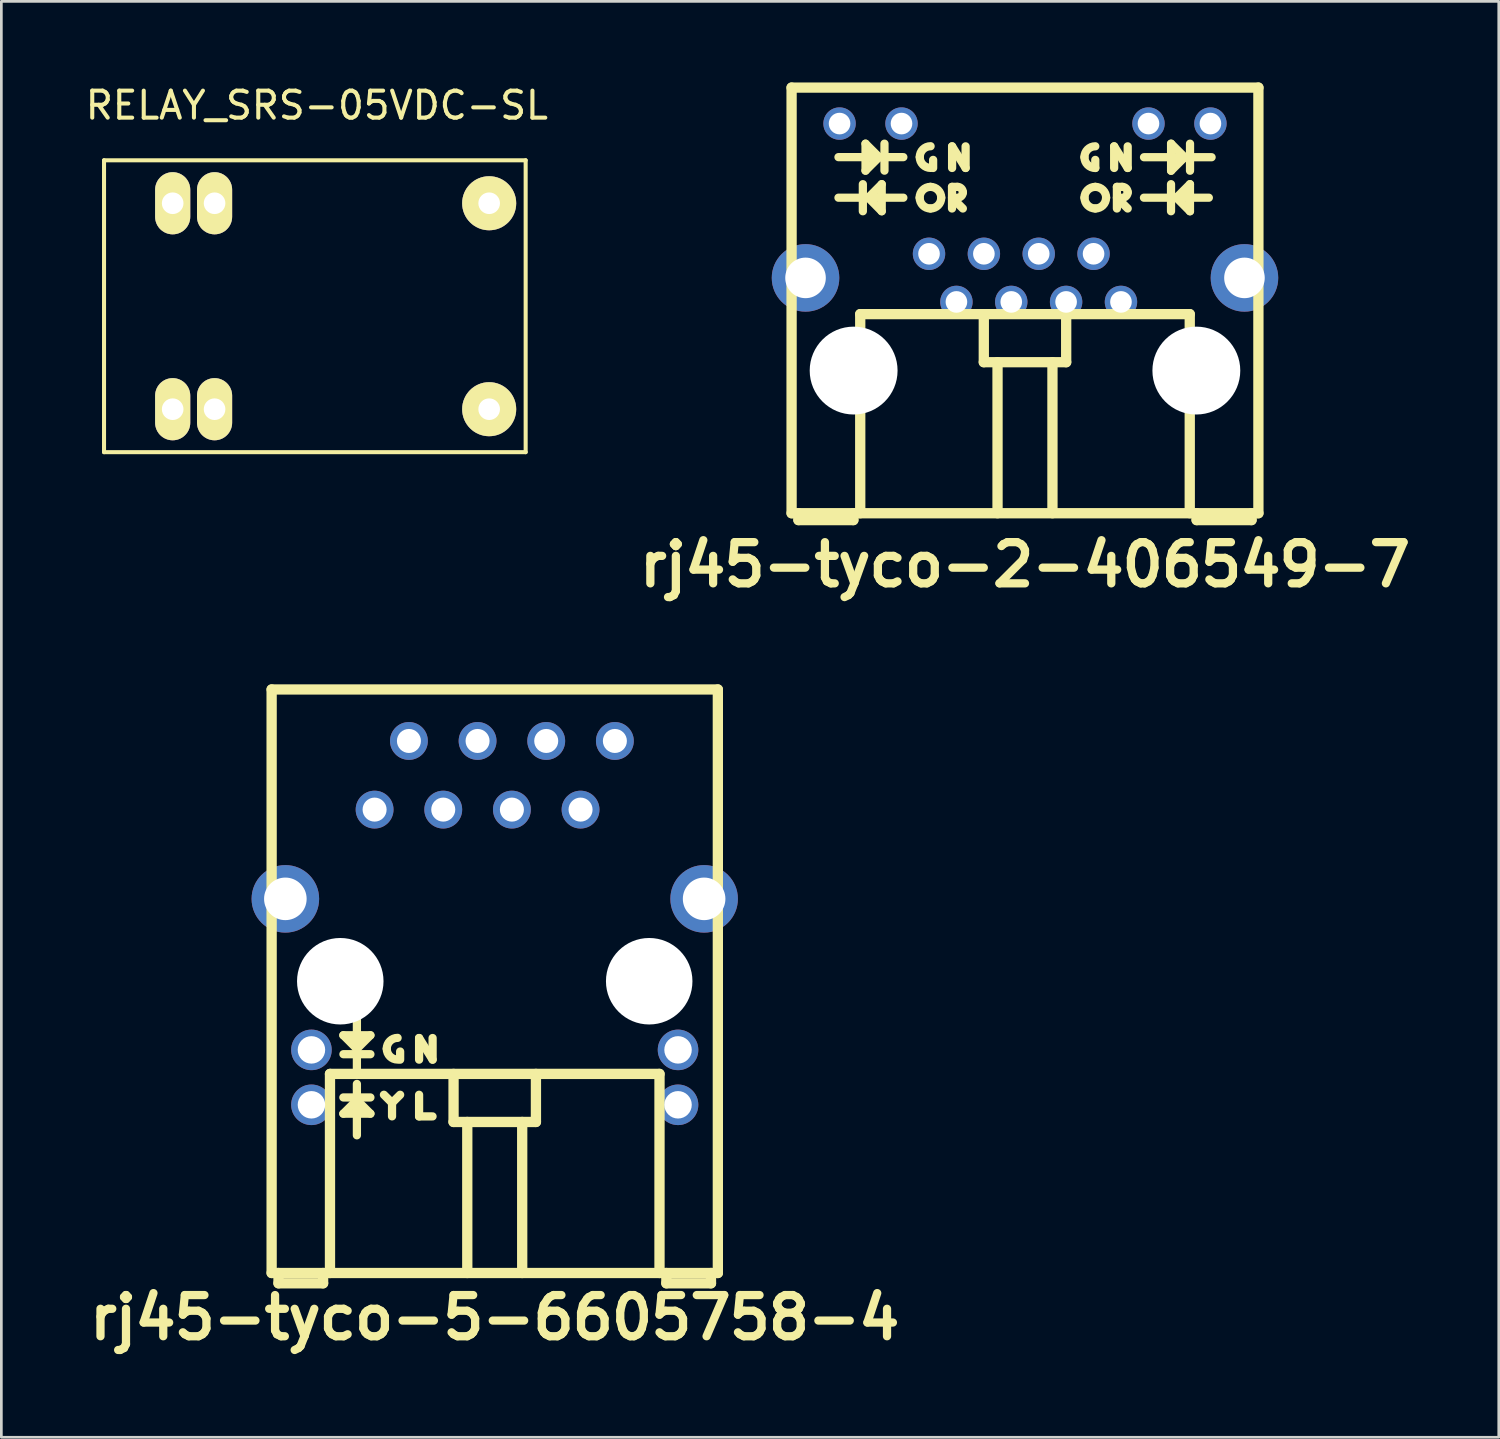
<source format=kicad_pcb>
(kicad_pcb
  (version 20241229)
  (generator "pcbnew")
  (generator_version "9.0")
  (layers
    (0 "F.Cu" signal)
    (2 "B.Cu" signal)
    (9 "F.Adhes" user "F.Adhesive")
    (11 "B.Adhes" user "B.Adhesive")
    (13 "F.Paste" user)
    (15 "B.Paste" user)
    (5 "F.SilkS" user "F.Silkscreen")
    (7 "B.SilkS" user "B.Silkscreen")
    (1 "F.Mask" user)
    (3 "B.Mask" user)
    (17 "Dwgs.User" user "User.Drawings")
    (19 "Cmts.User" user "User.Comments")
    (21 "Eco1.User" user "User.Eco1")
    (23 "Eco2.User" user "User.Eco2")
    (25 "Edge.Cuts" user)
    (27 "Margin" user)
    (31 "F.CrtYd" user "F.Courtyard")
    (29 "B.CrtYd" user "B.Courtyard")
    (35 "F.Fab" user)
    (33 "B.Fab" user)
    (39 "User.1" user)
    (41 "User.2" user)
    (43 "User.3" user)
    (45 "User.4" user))
  (footprint "RELAY_SRS-05VDC-SL"
    (layer "F.Cu")
    (at 8.673 8.468)
    (property "Reference" "RELAY_SRS-05VDC-SL" (at 0 -7.62 0) (layer "F.SilkS") (effects (font (size 1 1) (thickness 0.15))))
    (attr through_hole)
    (fp_line (start -7.874 -5.588) (end 7.726 -5.588) (stroke (width 0.15) (type solid)) (layer "F.SilkS"))
    (fp_line (start -7.874 5.212) (end -7.874 -5.588) (stroke (width 0.15) (type solid)) (layer "F.SilkS"))
    (fp_line (start 7.726 -5.588) (end 7.726 5.212) (stroke (width 0.15) (type solid)) (layer "F.SilkS"))
    (fp_line (start 7.726 5.212) (end -7.874 5.212) (stroke (width 0.15) (type solid)) (layer "F.SilkS"))
    (pad "1" thru_hole oval (at -3.784 -3.998) (size 1.3 2.3) (drill 0.8) (layers "*.Cu" "*.Mask" "F.SilkS"))
    (pad "2" thru_hole oval (at -3.784 3.622) (size 1.3 2.3) (drill 0.8) (layers "*.Cu" "*.Mask" "F.SilkS"))
    (pad "3" thru_hole circle (at 6.376 -3.998) (size 2 2) (drill 0.8) (layers "*.Cu" "*.Mask" "F.SilkS"))
    (pad "3" thru_hole circle (at 6.376 3.622) (size 2 2) (drill 0.8) (layers "*.Cu" "*.Mask" "F.SilkS"))
    (pad "4" thru_hole oval (at -5.334 3.622) (size 1.3 2.3) (drill 0.8) (layers "*.Cu" "*.Mask" "F.SilkS"))
    (pad "5" thru_hole oval (at -5.334 -3.998) (size 1.3 2.3) (drill 0.8) (layers "*.Cu" "*.Mask" "F.SilkS")))
  (footprint "rj45-tyco-5-6605758-4"
    (layer "F.Cu")
    (at 15.255 33.255)
    (property "Reference" "rj45-tyco-5-6605758-4" (at 0 12.446 0) (layer "F.SilkS") (effects (font (size 1.524 1.524) (thickness 0.305))))
    (attr through_hole)
    (fp_line (start -8.255 -10.795) (end 8.255 -10.795) (stroke (width 0.381) (type solid)) (layer "F.SilkS"))
    (fp_line (start -8.255 10.795) (end -8.255 -10.795) (stroke (width 0.381) (type solid)) (layer "F.SilkS"))
    (fp_line (start -8.255 10.795) (end 8.255 10.795) (stroke (width 0.381) (type solid)) (layer "F.SilkS"))
    (fp_line (start -8.001 11.176) (end -8.001 10.795) (stroke (width 0.381) (type solid)) (layer "F.SilkS"))
    (fp_line (start -8.001 11.176) (end -6.35 11.176) (stroke (width 0.381) (type solid)) (layer "F.SilkS"))
    (fp_line (start -6.35 11.176) (end -6.35 10.795) (stroke (width 0.381) (type solid)) (layer "F.SilkS"))
    (fp_line (start -6.096 3.429) (end -6.096 10.795) (stroke (width 0.381) (type solid)) (layer "F.SilkS"))
    (fp_line (start -6.096 3.429) (end 6.096 3.429) (stroke (width 0.381) (type solid)) (layer "F.SilkS"))
    (fp_line (start -5.601 1.999) (end -4.6 1.999) (stroke (width 0.305) (type solid)) (layer "F.SilkS"))
    (fp_line (start -5.601 4.3) (end -4.6 4.3) (stroke (width 0.305) (type solid)) (layer "F.SilkS"))
    (fp_line (start -5.601 4.9) (end -5.1 4.399) (stroke (width 0.305) (type solid)) (layer "F.SilkS"))
    (fp_line (start -5.1 2.499) (end -5.601 1.999) (stroke (width 0.305) (type solid)) (layer "F.SilkS"))
    (fp_line (start -5.1 3.299) (end -5.1 1.4) (stroke (width 0.305) (type solid)) (layer "F.SilkS"))
    (fp_line (start -5.1 4.399) (end -4.6 4.9) (stroke (width 0.305) (type solid)) (layer "F.SilkS"))
    (fp_line (start -5.1 5.7) (end -5.1 3.8) (stroke (width 0.305) (type solid)) (layer "F.SilkS"))
    (fp_line (start -4.6 1.999) (end -5.1 2.499) (stroke (width 0.305) (type solid)) (layer "F.SilkS"))
    (fp_line (start -4.6 2.7) (end -5.598 2.7) (stroke (width 0.305) (type solid)) (layer "F.SilkS"))
    (fp_line (start -4.6 4.9) (end -5.601 4.9) (stroke (width 0.305) (type solid)) (layer "F.SilkS"))
    (fp_line (start -3.8 4.498) (end -3.8 4.999) (stroke (width 0.305) (type solid)) (layer "F.SilkS"))
    (fp_line (start -3.8 4.501) (end -4.1 4.201) (stroke (width 0.305) (type solid)) (layer "F.SilkS"))
    (fp_line (start -3.8 4.501) (end -3.5 4.201) (stroke (width 0.305) (type solid)) (layer "F.SilkS"))
    (fp_line (start -3.5 2.601) (end -3.5 2.901) (stroke (width 0.305) (type solid)) (layer "F.SilkS"))
    (fp_line (start -2.799 2.101) (end -2.299 2.901) (stroke (width 0.305) (type solid)) (layer "F.SilkS"))
    (fp_line (start -2.799 2.901) (end -2.799 2.101) (stroke (width 0.305) (type solid)) (layer "F.SilkS"))
    (fp_line (start -2.799 4.201) (end -2.799 5.001) (stroke (width 0.305) (type solid)) (layer "F.SilkS"))
    (fp_line (start -2.799 5.001) (end -2.301 5.001) (stroke (width 0.305) (type solid)) (layer "F.SilkS"))
    (fp_line (start -2.299 2.901) (end -2.299 2.101) (stroke (width 0.305) (type solid)) (layer "F.SilkS"))
    (fp_line (start -1.524 5.207) (end -1.524 3.429) (stroke (width 0.381) (type solid)) (layer "F.SilkS"))
    (fp_line (start -1.016 10.795) (end -1.016 5.207) (stroke (width 0.381) (type solid)) (layer "F.SilkS"))
    (fp_line (start 1.016 5.207) (end 1.016 10.795) (stroke (width 0.381) (type solid)) (layer "F.SilkS"))
    (fp_line (start 1.524 3.429) (end 1.524 5.207) (stroke (width 0.381) (type solid)) (layer "F.SilkS"))
    (fp_line (start 1.524 5.207) (end -1.524 5.207) (stroke (width 0.381) (type solid)) (layer "F.SilkS"))
    (fp_line (start 6.096 3.429) (end 6.096 10.795) (stroke (width 0.381) (type solid)) (layer "F.SilkS"))
    (fp_line (start 6.35 11.176) (end 6.35 10.795) (stroke (width 0.381) (type solid)) (layer "F.SilkS"))
    (fp_line (start 6.35 11.176) (end 8.001 11.176) (stroke (width 0.381) (type solid)) (layer "F.SilkS"))
    (fp_line (start 8.001 11.176) (end 8.001 10.795) (stroke (width 0.381) (type solid)) (layer "F.SilkS"))
    (fp_line (start 8.255 -10.795) (end 8.255 10.795) (stroke (width 0.381) (type solid)) (layer "F.SilkS"))
    (fp_arc (start -3.99542 2.49682) (mid -3.877876 2.213044) (end -3.5941 2.0955) (stroke (width 0.3048) (type solid)) (layer "F.SilkS"))
    (fp_arc (start -3.5941 2.89814) (mid -3.877876 2.780596) (end -3.99542 2.49682) (stroke (width 0.3048) (type solid)) (layer "F.SilkS"))
    (pad "" thru_hole circle (at -7.747 -3.048) (size 2.499 2.499) (drill 1.575) (layers "*.Cu" "*.Mask"))
    (pad "" np_thru_hole circle (at -5.715 0) (size 3.2 3.2) (drill 3.2) (layers "*.Cu"))
    (pad "" np_thru_hole circle (at 5.715 0) (size 3.2 3.2) (drill 3.2) (layers "*.Cu"))
    (pad "" thru_hole circle (at 7.747 -3.048) (size 2.499 2.499) (drill 1.575) (layers "*.Cu" "*.Mask"))
    (pad "1" thru_hole circle (at -4.445 -6.35) (size 1.4 1.4) (drill 0.889) (layers "*.Cu" "*.Mask"))
    (pad "2" thru_hole circle (at -3.175 -8.89) (size 1.4 1.4) (drill 0.889) (layers "*.Cu" "*.Mask"))
    (pad "3" thru_hole circle (at -1.905 -6.35) (size 1.4 1.4) (drill 0.889) (layers "*.Cu" "*.Mask"))
    (pad "4" thru_hole circle (at -0.635 -8.89) (size 1.4 1.4) (drill 0.889) (layers "*.Cu" "*.Mask"))
    (pad "5" thru_hole circle (at 0.635 -6.35) (size 1.4 1.4) (drill 0.889) (layers "*.Cu" "*.Mask"))
    (pad "6" thru_hole circle (at 1.905 -8.89) (size 1.4 1.4) (drill 0.889) (layers "*.Cu" "*.Mask"))
    (pad "7" thru_hole circle (at 3.175 -6.35) (size 1.4 1.4) (drill 0.889) (layers "*.Cu" "*.Mask"))
    (pad "8" thru_hole circle (at 4.445 -8.89) (size 1.4 1.4) (drill 0.889) (layers "*.Cu" "*.Mask"))
    (pad "9" thru_hole circle (at -6.782 2.54) (size 1.501 1.501) (drill 1.016) (layers "*.Cu" "*.Mask"))
    (pad "10" thru_hole circle (at -6.782 4.572) (size 1.501 1.501) (drill 1.016) (layers "*.Cu" "*.Mask"))
    (pad "11" thru_hole circle (at 6.782 2.54) (size 1.501 1.501) (drill 1.016) (layers "*.Cu" "*.Mask"))
    (pad "12" thru_hole circle (at 6.782 4.572) (size 1.501 1.501) (drill 1.016) (layers "*.Cu" "*.Mask")))
  (footprint "rj45-tyco-2-406549-7"
    (layer "F.Cu")
    (at 34.874 8.065)
    (property "Reference" "rj45-tyco-2-406549-7" (at 0 9.779 0) (layer "F.SilkS") (effects (font (size 1.524 1.524) (thickness 0.305))))
    (attr through_hole)
    (fp_line (start -8.636 -7.874) (end 8.636 -7.874) (stroke (width 0.381) (type solid)) (layer "F.SilkS"))
    (fp_line (start -8.636 7.874) (end -8.636 -7.874) (stroke (width 0.381) (type solid)) (layer "F.SilkS"))
    (fp_line (start -8.382 7.874) (end -8.382 8.128) (stroke (width 0.381) (type solid)) (layer "F.SilkS"))
    (fp_line (start -8.382 8.128) (end -6.35 8.128) (stroke (width 0.381) (type solid)) (layer "F.SilkS"))
    (fp_line (start -6.901 -5.301) (end -4.501 -5.301) (stroke (width 0.305) (type solid)) (layer "F.SilkS"))
    (fp_line (start -6.901 -3.8) (end -4.501 -3.8) (stroke (width 0.305) (type solid)) (layer "F.SilkS"))
    (fp_line (start -6.35 8.128) (end -6.35 7.874) (stroke (width 0.381) (type solid)) (layer "F.SilkS"))
    (fp_line (start -6.096 0.508) (end 6.096 0.508) (stroke (width 0.381) (type solid)) (layer "F.SilkS"))
    (fp_line (start -6.096 7.874) (end -6.096 0.508) (stroke (width 0.381) (type solid)) (layer "F.SilkS"))
    (fp_line (start -5.999 -4.3) (end -5.999 -3.299) (stroke (width 0.305) (type solid)) (layer "F.SilkS"))
    (fp_line (start -5.9 -5.799) (end -5.9 -4.801) (stroke (width 0.305) (type solid)) (layer "F.SilkS"))
    (fp_line (start -5.9 -4.801) (end -5.4 -5.301) (stroke (width 0.305) (type solid)) (layer "F.SilkS"))
    (fp_line (start -5.799 -3.8) (end -5.301 -3.299) (stroke (width 0.305) (type solid)) (layer "F.SilkS"))
    (fp_line (start -5.4 -5.301) (end -5.9 -5.799) (stroke (width 0.305) (type solid)) (layer "F.SilkS"))
    (fp_line (start -5.301 -4.3) (end -5.799 -3.8) (stroke (width 0.305) (type solid)) (layer "F.SilkS"))
    (fp_line (start -5.301 -3.299) (end -5.301 -4.3) (stroke (width 0.305) (type solid)) (layer "F.SilkS"))
    (fp_line (start -5.199 -5.799) (end -5.199 -4.801) (stroke (width 0.305) (type solid)) (layer "F.SilkS"))
    (fp_line (start -3.399 -5.199) (end -3.399 -4.9) (stroke (width 0.305) (type solid)) (layer "F.SilkS"))
    (fp_line (start -2.7 -3.8) (end -2.299 -3.401) (stroke (width 0.305) (type solid)) (layer "F.SilkS"))
    (fp_line (start -2.7 -3.401) (end -2.7 -4.201) (stroke (width 0.305) (type solid)) (layer "F.SilkS"))
    (fp_line (start -2.697 -5.7) (end -2.197 -4.9) (stroke (width 0.305) (type solid)) (layer "F.SilkS"))
    (fp_line (start -2.697 -4.9) (end -2.697 -5.7) (stroke (width 0.305) (type solid)) (layer "F.SilkS"))
    (fp_line (start -2.499 -4.201) (end -2.7 -4.201) (stroke (width 0.305) (type solid)) (layer "F.SilkS"))
    (fp_line (start -2.197 -4.9) (end -2.197 -5.7) (stroke (width 0.305) (type solid)) (layer "F.SilkS"))
    (fp_line (start -1.524 2.286) (end -1.524 0.508) (stroke (width 0.381) (type solid)) (layer "F.SilkS"))
    (fp_line (start -1.016 7.874) (end -1.016 2.286) (stroke (width 0.381) (type solid)) (layer "F.SilkS"))
    (fp_line (start 1.016 2.286) (end 1.016 7.874) (stroke (width 0.381) (type solid)) (layer "F.SilkS"))
    (fp_line (start 1.524 0.508) (end 1.524 2.286) (stroke (width 0.381) (type solid)) (layer "F.SilkS"))
    (fp_line (start 1.524 2.286) (end -1.524 2.286) (stroke (width 0.381) (type solid)) (layer "F.SilkS"))
    (fp_line (start 2.601 -4.9) (end 2.601 -5.199) (stroke (width 0.305) (type solid)) (layer "F.SilkS"))
    (fp_line (start 3.299 -5.7) (end 3.8 -4.9) (stroke (width 0.305) (type solid)) (layer "F.SilkS"))
    (fp_line (start 3.299 -4.9) (end 3.299 -5.7) (stroke (width 0.305) (type solid)) (layer "F.SilkS"))
    (fp_line (start 3.401 -3.401) (end 3.401 -4.201) (stroke (width 0.305) (type solid)) (layer "F.SilkS"))
    (fp_line (start 3.599 -4.201) (end 3.401 -4.201) (stroke (width 0.305) (type solid)) (layer "F.SilkS"))
    (fp_line (start 3.8 -4.9) (end 3.8 -5.7) (stroke (width 0.305) (type solid)) (layer "F.SilkS"))
    (fp_line (start 3.8 -3.401) (end 3.401 -3.8) (stroke (width 0.305) (type solid)) (layer "F.SilkS"))
    (fp_line (start 4.402 -3.8) (end 6.802 -3.8) (stroke (width 0.305) (type solid)) (layer "F.SilkS"))
    (fp_line (start 4.404 -5.298) (end 6.904 -5.298) (stroke (width 0.305) (type solid)) (layer "F.SilkS"))
    (fp_line (start 5.403 -4.3) (end 5.403 -3.299) (stroke (width 0.305) (type solid)) (layer "F.SilkS"))
    (fp_line (start 5.405 -5.799) (end 5.905 -5.298) (stroke (width 0.305) (type solid)) (layer "F.SilkS"))
    (fp_line (start 5.405 -4.798) (end 5.405 -5.799) (stroke (width 0.305) (type solid)) (layer "F.SilkS"))
    (fp_line (start 5.603 -3.8) (end 6.104 -4.3) (stroke (width 0.305) (type solid)) (layer "F.SilkS"))
    (fp_line (start 5.905 -5.298) (end 5.405 -4.798) (stroke (width 0.305) (type solid)) (layer "F.SilkS"))
    (fp_line (start 6.096 0.508) (end 6.096 7.874) (stroke (width 0.381) (type solid)) (layer "F.SilkS"))
    (fp_line (start 6.104 -4.3) (end 6.104 -3.299) (stroke (width 0.305) (type solid)) (layer "F.SilkS"))
    (fp_line (start 6.104 -3.299) (end 5.603 -3.8) (stroke (width 0.305) (type solid)) (layer "F.SilkS"))
    (fp_line (start 6.106 -5.799) (end 6.106 -4.798) (stroke (width 0.305) (type solid)) (layer "F.SilkS"))
    (fp_line (start 6.35 7.874) (end 6.35 8.128) (stroke (width 0.381) (type solid)) (layer "F.SilkS"))
    (fp_line (start 6.35 8.128) (end 8.382 8.128) (stroke (width 0.381) (type solid)) (layer "F.SilkS"))
    (fp_line (start 8.382 8.128) (end 8.382 7.874) (stroke (width 0.381) (type solid)) (layer "F.SilkS"))
    (fp_line (start 8.636 -7.874) (end 8.636 7.874) (stroke (width 0.381) (type solid)) (layer "F.SilkS"))
    (fp_line (start 8.636 7.874) (end -8.636 7.874) (stroke (width 0.381) (type solid)) (layer "F.SilkS"))
    (fp_arc (start -3.8989 -3.79984) (mid -3.781356 -4.083616) (end -3.49758 -4.20116) (stroke (width 0.3048) (type solid)) (layer "F.SilkS"))
    (fp_arc (start -3.89382 -5.30352) (mid -3.776276 -5.587296) (end -3.4925 -5.70484) (stroke (width 0.3048) (type solid)) (layer "F.SilkS"))
    (fp_arc (start -3.50012 -4.20116) (mid -3.216344 -4.083616) (end -3.0988 -3.79984) (stroke (width 0.3048) (type solid)) (layer "F.SilkS"))
    (fp_arc (start -3.49758 -3.40106) (mid -3.77956 -3.51786) (end -3.89636 -3.79984) (stroke (width 0.3048) (type solid)) (layer "F.SilkS"))
    (fp_arc (start -3.4925 -4.9022) (mid -3.776276 -5.019744) (end -3.89382 -5.30352) (stroke (width 0.3048) (type solid)) (layer "F.SilkS"))
    (fp_arc (start -3.0988 -3.79984) (mid -3.2156 -3.51786) (end -3.49758 -3.40106) (stroke (width 0.3048) (type solid)) (layer "F.SilkS"))
    (fp_arc (start -2.49936 -4.20116) (mid -2.357472 -4.142388) (end -2.2987 -4.0005) (stroke (width 0.3048) (type solid)) (layer "F.SilkS"))
    (fp_arc (start -2.2987 -4.0005) (mid -2.357472 -3.858612) (end -2.49936 -3.79984) (stroke (width 0.3048) (type solid)) (layer "F.SilkS"))
    (fp_arc (start 2.19964 -5.30098) (mid 2.317184 -5.584756) (end 2.60096 -5.7023) (stroke (width 0.3048) (type solid)) (layer "F.SilkS"))
    (fp_arc (start 2.19964 -3.79984) (mid 2.317184 -4.083616) (end 2.60096 -4.20116) (stroke (width 0.3048) (type solid)) (layer "F.SilkS"))
    (fp_arc (start 2.60096 -4.89966) (mid 2.317184 -5.017204) (end 2.19964 -5.30098) (stroke (width 0.3048) (type solid)) (layer "F.SilkS"))
    (fp_arc (start 2.60096 -4.20116) (mid 2.884736 -4.083616) (end 3.00228 -3.79984) (stroke (width 0.3048) (type solid)) (layer "F.SilkS"))
    (fp_arc (start 2.60096 -3.40106) (mid 2.31898 -3.51786) (end 2.20218 -3.79984) (stroke (width 0.3048) (type solid)) (layer "F.SilkS"))
    (fp_arc (start 2.99974 -3.79984) (mid 2.88294 -3.51786) (end 2.60096 -3.40106) (stroke (width 0.3048) (type solid)) (layer "F.SilkS"))
    (fp_arc (start 3.59918 -4.20116) (mid 3.741068 -4.142388) (end 3.79984 -4.0005) (stroke (width 0.3048) (type solid)) (layer "F.SilkS"))
    (fp_arc (start 3.79984 -4.0005) (mid 3.741068 -3.858612) (end 3.59918 -3.79984) (stroke (width 0.3048) (type solid)) (layer "F.SilkS"))
    (pad "" thru_hole circle (at -8.12 -0.833) (size 2.499 2.499) (drill 1.501) (layers "*.Cu" "*.Mask"))
    (pad "" np_thru_hole circle (at -6.34 2.596) (size 3.251 3.251) (drill 3.251) (layers "*.Cu"))
    (pad "" np_thru_hole circle (at 6.34 2.596) (size 3.251 3.251) (drill 3.251) (layers "*.Cu"))
    (pad "" thru_hole circle (at 8.12 -0.833) (size 2.499 2.499) (drill 1.501) (layers "*.Cu" "*.Mask"))
    (pad "1" thru_hole circle (at 3.551 0.056) (size 1.199 1.199) (drill 0.8) (layers "*.Cu" "*.Mask"))
    (pad "2" thru_hole circle (at 2.537 -1.725) (size 1.199 1.199) (drill 0.8) (layers "*.Cu" "*.Mask"))
    (pad "3" thru_hole circle (at 1.521 0.056) (size 1.199 1.199) (drill 0.8) (layers "*.Cu" "*.Mask"))
    (pad "4" thru_hole circle (at 0.508 -1.725) (size 1.199 1.199) (drill 0.8) (layers "*.Cu" "*.Mask"))
    (pad "5" thru_hole circle (at -0.508 0.056) (size 1.199 1.199) (drill 0.8) (layers "*.Cu" "*.Mask"))
    (pad "6" thru_hole circle (at -1.521 -1.725) (size 1.199 1.199) (drill 0.8) (layers "*.Cu" "*.Mask"))
    (pad "7" thru_hole circle (at -2.537 0.056) (size 1.199 1.199) (drill 0.8) (layers "*.Cu" "*.Mask"))
    (pad "8" thru_hole circle (at -3.551 -1.725) (size 1.199 1.199) (drill 0.8) (layers "*.Cu" "*.Mask"))
    (pad "9" thru_hole circle (at 6.861 -6.543) (size 1.199 1.199) (drill 0.8) (layers "*.Cu" "*.Mask"))
    (pad "10" thru_hole circle (at 4.569 -6.543) (size 1.199 1.199) (drill 0.8) (layers "*.Cu" "*.Mask"))
    (pad "11" thru_hole circle (at -4.569 -6.543) (size 1.199 1.199) (drill 0.8) (layers "*.Cu" "*.Mask"))
    (pad "12" thru_hole circle (at -6.861 -6.543) (size 1.199 1.199) (drill 0.8) (layers "*.Cu" "*.Mask")))
  (gr_rect
    (start -3 -3)
    (end 52.403 50.128)
    (stroke (width 0.1) (type default))
    (fill no)
    (layer "Edge.Cuts")))
</source>
